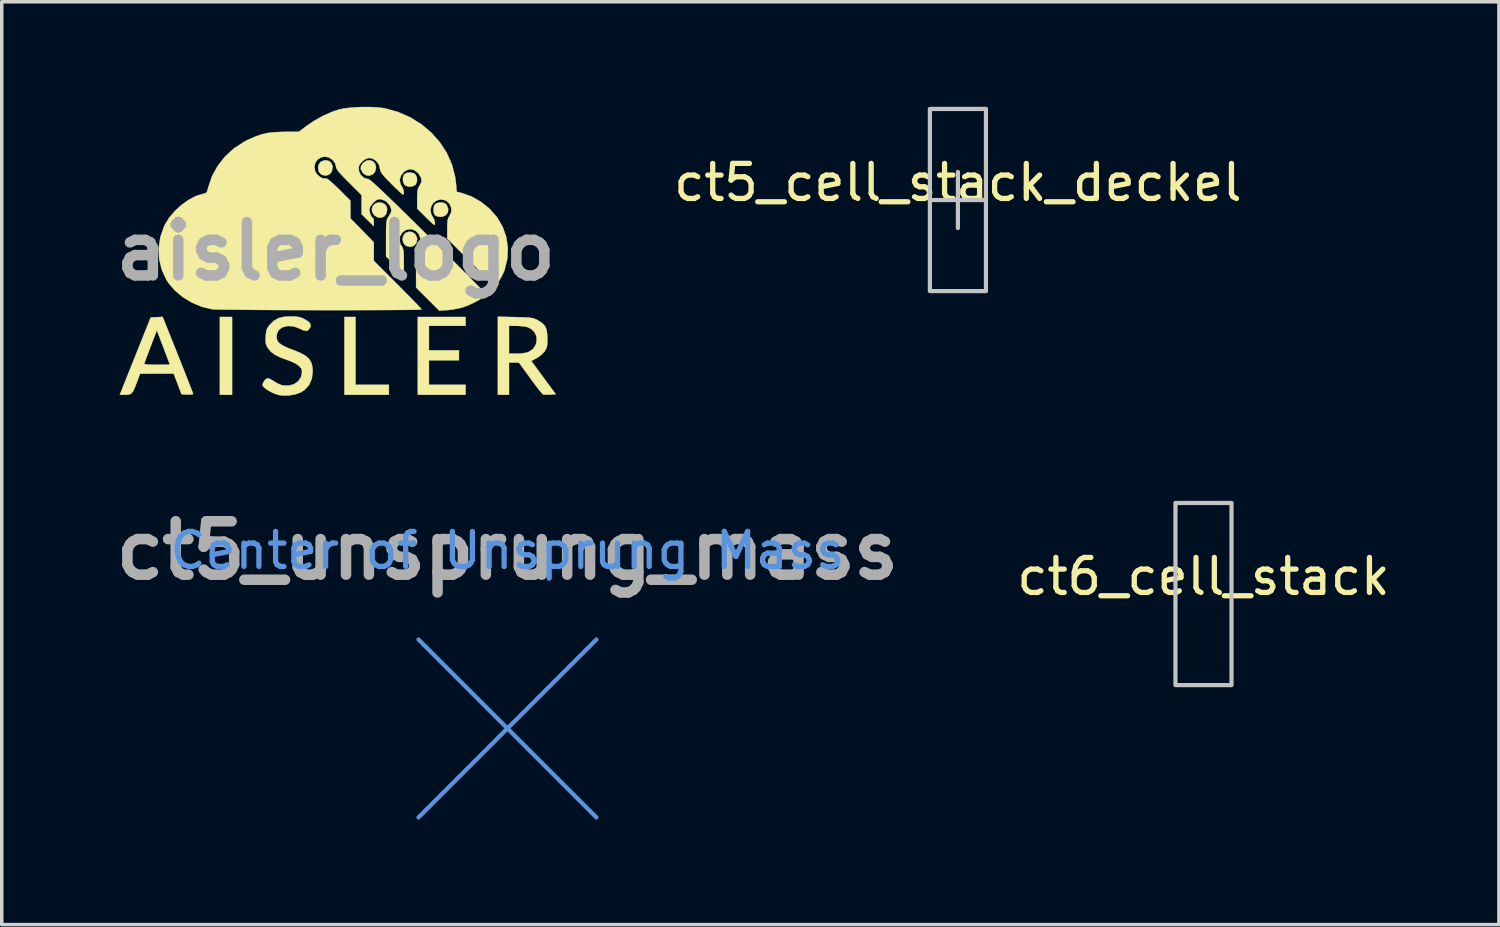
<source format=kicad_pcb>
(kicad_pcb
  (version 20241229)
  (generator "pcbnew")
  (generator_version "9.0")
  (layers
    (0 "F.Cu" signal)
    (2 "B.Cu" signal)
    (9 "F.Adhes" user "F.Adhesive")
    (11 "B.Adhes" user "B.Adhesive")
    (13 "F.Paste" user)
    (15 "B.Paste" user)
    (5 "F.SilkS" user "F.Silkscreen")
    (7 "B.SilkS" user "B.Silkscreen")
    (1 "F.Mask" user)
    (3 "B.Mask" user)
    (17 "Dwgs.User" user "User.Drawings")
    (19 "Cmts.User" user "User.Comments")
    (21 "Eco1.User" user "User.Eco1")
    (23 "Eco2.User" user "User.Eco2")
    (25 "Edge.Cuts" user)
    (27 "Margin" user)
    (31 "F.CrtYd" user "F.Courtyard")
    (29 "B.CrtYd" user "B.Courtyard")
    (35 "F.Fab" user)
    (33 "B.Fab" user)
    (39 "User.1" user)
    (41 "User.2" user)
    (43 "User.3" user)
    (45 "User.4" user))
  (footprint "aisler_logo"
    (layer "F.Cu")
    (at 6.539 4.124)
    (property "Reference" "aisler_logo" (at 0 0 0) (layer "F.Fab") (effects (font (size 1.524 1.524) (thickness 0.3))))
    (attr through_hole)
    (fp_poly (pts (xy -2.963 4.097) (xy -3.312 4.097) (xy -3.312 1.875) (xy -2.963 1.875) (xy -2.963 4.097)) (stroke (width 0.01) (type solid)) (fill yes) (layer "F.SilkS"))
    (fp_poly (pts (xy 0.561 3.811) (xy 1.514 3.811) (xy 1.514 4.097) (xy 0.244 4.097) (xy 0.244 1.875) (xy 0.561 1.875) (xy 0.561 3.811)) (stroke (width 0.01) (type solid)) (fill yes) (layer "F.SilkS"))
    (fp_poly (pts (xy 3.704 2.128) (xy 2.657 2.128) (xy 2.657 2.827) (xy 3.514 2.827) (xy 3.514 3.113) (xy 2.657 3.113) (xy 2.657 3.811) (xy 3.704 3.811) (xy 3.704 4.097) (xy 2.339 4.097) (xy 2.339 1.875) (xy 3.704 1.875) (xy 3.704 2.128)) (stroke (width 0.01) (type solid)) (fill yes) (layer "F.SilkS"))
    (fp_poly (pts (xy -0.225 -2.589) (xy -0.144 -2.536) (xy -0.097 -2.445) (xy -0.091 -2.394) (xy -0.117 -2.277) (xy -0.182 -2.197) (xy -0.275 -2.161) (xy -0.382 -2.178) (xy -0.434 -2.207) (xy -0.49 -2.28) (xy -0.508 -2.38) (xy -0.489 -2.479) (xy -0.434 -2.552) (xy -0.327 -2.597) (xy -0.225 -2.589)) (stroke (width 0.01) (type solid)) (fill yes) (layer "F.SilkS"))
    (fp_poly (pts (xy 1.321 -1.383) (xy 1.394 -1.346) (xy 1.45 -1.276) (xy 1.464 -1.187) (xy 1.44 -1.071) (xy 1.375 -0.991) (xy 1.285 -0.956) (xy 1.185 -0.97) (xy 1.098 -1.029) (xy 1.036 -1.124) (xy 1.027 -1.218) (xy 1.061 -1.302) (xy 1.128 -1.365) (xy 1.218 -1.395) (xy 1.321 -1.383)) (stroke (width 0.01) (type solid)) (fill yes) (layer "F.SilkS"))
    (fp_poly (pts (xy 1.068 -2.563) (xy 1.128 -2.483) (xy 1.147 -2.385) (xy 1.122 -2.276) (xy 1.057 -2.199) (xy 0.968 -2.161) (xy 0.872 -2.167) (xy 0.783 -2.223) (xy 0.768 -2.241) (xy 0.712 -2.342) (xy 0.716 -2.433) (xy 0.78 -2.524) (xy 0.78 -2.524) (xy 0.879 -2.589) (xy 0.98 -2.6) (xy 1.068 -2.563)) (stroke (width 0.01) (type solid)) (fill yes) (layer "F.SilkS"))
    (fp_poly (pts (xy 2.192 -0.544) (xy 2.271 -0.482) (xy 2.317 -0.383) (xy 2.321 -0.331) (xy 2.294 -0.225) (xy 2.219 -0.152) (xy 2.115 -0.125) (xy 2.039 -0.143) (xy 1.979 -0.175) (xy 1.922 -0.249) (xy 1.904 -0.349) (xy 1.925 -0.448) (xy 1.985 -0.523) (xy 1.988 -0.525) (xy 2.092 -0.561) (xy 2.192 -0.544)) (stroke (width 0.01) (type solid)) (fill yes) (layer "F.SilkS"))
    (fp_poly (pts (xy 2.234 -2.222) (xy 2.269 -2.194) (xy 2.312 -2.107) (xy 2.317 -2.004) (xy 2.283 -1.914) (xy 2.263 -1.892) (xy 2.176 -1.849) (xy 2.073 -1.845) (xy 1.983 -1.879) (xy 1.961 -1.898) (xy 1.919 -1.982) (xy 1.912 -2.085) (xy 1.939 -2.177) (xy 1.959 -2.203) (xy 2.038 -2.243) (xy 2.14 -2.249) (xy 2.234 -2.222)) (stroke (width 0.01) (type solid)) (fill yes) (layer "F.SilkS"))
    (fp_poly (pts (xy 3.09 -1.381) (xy 3.154 -1.334) (xy 3.161 -1.325) (xy 3.207 -1.215) (xy 3.198 -1.113) (xy 3.142 -1.033) (xy 3.044 -0.988) (xy 2.99 -0.983) (xy 2.891 -0.997) (xy 2.827 -1.033) (xy 2.797 -1.1) (xy 2.785 -1.189) (xy 2.785 -1.189) (xy 2.804 -1.303) (xy 2.865 -1.37) (xy 2.972 -1.395) (xy 2.99 -1.395) (xy 3.09 -1.381)) (stroke (width 0.01) (type solid)) (fill yes) (layer "F.SilkS"))
    (fp_poly (pts (xy 5.125 1.879) (xy 5.317 1.885) (xy 5.458 1.891) (xy 5.559 1.9) (xy 5.634 1.913) (xy 5.693 1.933) (xy 5.75 1.961) (xy 5.765 1.97) (xy 5.889 2.05) (xy 5.97 2.135) (xy 6.016 2.24) (xy 6.035 2.381) (xy 6.038 2.49) (xy 6.036 2.625) (xy 6.027 2.715) (xy 6.006 2.781) (xy 5.969 2.843) (xy 5.949 2.87) (xy 5.863 2.958) (xy 5.755 3.038) (xy 5.718 3.058) (xy 5.577 3.13) (xy 5.928 3.606) (xy 6.278 4.081) (xy 6.114 4.091) (xy 6.013 4.094) (xy 5.937 4.091) (xy 5.913 4.086) (xy 5.884 4.057) (xy 5.823 3.985) (xy 5.74 3.878) (xy 5.64 3.746) (xy 5.551 3.624) (xy 5.225 3.176) (xy 4.943 3.176) (xy 4.943 4.097) (xy 4.625 4.097) (xy 4.625 2.922) (xy 4.943 2.922) (xy 5.166 2.922) (xy 5.296 2.916) (xy 5.417 2.899) (xy 5.494 2.878) (xy 5.62 2.797) (xy 5.7 2.687) (xy 5.735 2.561) (xy 5.726 2.431) (xy 5.673 2.312) (xy 5.576 2.216) (xy 5.457 2.161) (xy 5.359 2.143) (xy 5.232 2.132) (xy 5.141 2.129) (xy 4.943 2.128) (xy 4.943 2.922) (xy 4.625 2.922) (xy 4.625 1.868) (xy 5.125 1.879)) (stroke (width 0.01) (type solid)) (fill yes) (layer "F.SilkS"))
    (fp_poly (pts (xy -4.51 2.961) (xy -4.411 3.209) (xy -4.32 3.438) (xy -4.239 3.643) (xy -4.172 3.815) (xy -4.12 3.949) (xy -4.087 4.038) (xy -4.074 4.075) (xy -4.074 4.075) (xy -4.103 4.088) (xy -4.176 4.092) (xy -4.241 4.091) (xy -4.407 4.081) (xy -4.518 3.788) (xy -4.63 3.495) (xy -5.591 3.494) (xy -5.676 3.724) (xy -5.735 3.879) (xy -5.784 3.985) (xy -5.83 4.049) (xy -5.882 4.083) (xy -5.95 4.095) (xy -6.011 4.097) (xy -6.169 4.097) (xy -6.115 3.962) (xy -6.091 3.9) (xy -6.046 3.787) (xy -5.984 3.632) (xy -5.908 3.442) (xy -5.822 3.227) (xy -5.817 3.216) (xy -5.471 3.216) (xy -5.442 3.226) (xy -5.361 3.233) (xy -5.242 3.238) (xy -5.106 3.24) (xy -4.962 3.239) (xy -4.845 3.237) (xy -4.767 3.235) (xy -4.741 3.232) (xy -4.752 3.201) (xy -4.782 3.121) (xy -4.827 3.002) (xy -4.883 2.853) (xy -4.926 2.74) (xy -5.111 2.257) (xy -5.291 2.725) (xy -5.352 2.886) (xy -5.405 3.026) (xy -5.445 3.135) (xy -5.467 3.201) (xy -5.471 3.216) (xy -5.817 3.216) (xy -5.728 2.993) (xy -5.675 2.859) (xy -5.287 1.89) (xy -5.116 1.881) (xy -4.945 1.872) (xy -4.51 2.961)) (stroke (width 0.01) (type solid)) (fill yes) (layer "F.SilkS"))
    (fp_poly (pts (xy -1.143 1.865) (xy -1.031 1.882) (xy -0.938 1.916) (xy -0.913 1.929) (xy -0.797 1.998) (xy -0.734 2.059) (xy -0.719 2.122) (xy -0.736 2.178) (xy -0.784 2.25) (xy -0.848 2.275) (xy -0.939 2.253) (xy -1.024 2.212) (xy -1.198 2.145) (xy -1.369 2.131) (xy -1.523 2.17) (xy -1.535 2.176) (xy -1.633 2.251) (xy -1.683 2.354) (xy -1.693 2.458) (xy -1.676 2.543) (xy -1.622 2.618) (xy -1.523 2.688) (xy -1.373 2.759) (xy -1.24 2.809) (xy -1.028 2.894) (xy -0.872 2.979) (xy -0.764 3.074) (xy -0.698 3.185) (xy -0.667 3.319) (xy -0.661 3.427) (xy -0.687 3.641) (xy -0.765 3.818) (xy -0.893 3.958) (xy -1.001 4.027) (xy -1.148 4.081) (xy -1.325 4.113) (xy -1.503 4.12) (xy -1.645 4.101) (xy -1.77 4.056) (xy -1.899 3.992) (xy -2.008 3.921) (xy -2.053 3.88) (xy -2.09 3.833) (xy -2.093 3.793) (xy -2.062 3.731) (xy -2.054 3.718) (xy -2.004 3.651) (xy -1.949 3.627) (xy -1.875 3.647) (xy -1.77 3.71) (xy -1.761 3.716) (xy -1.658 3.775) (xy -1.555 3.819) (xy -1.515 3.83) (xy -1.346 3.836) (xy -1.196 3.795) (xy -1.076 3.711) (xy -0.997 3.593) (xy -0.973 3.503) (xy -0.967 3.41) (xy -0.989 3.345) (xy -1.046 3.278) (xy -1.141 3.21) (xy -1.285 3.141) (xy -1.398 3.1) (xy -1.596 3.026) (xy -1.744 2.951) (xy -1.855 2.866) (xy -1.94 2.764) (xy -1.941 2.763) (xy -1.983 2.691) (xy -2.003 2.619) (xy -2.008 2.522) (xy -2.004 2.44) (xy -1.993 2.313) (xy -1.97 2.224) (xy -1.927 2.148) (xy -1.897 2.109) (xy -1.777 1.988) (xy -1.643 1.91) (xy -1.48 1.87) (xy -1.296 1.859) (xy -1.143 1.865)) (stroke (width 0.01) (type solid)) (fill yes) (layer "F.SilkS"))
    (fp_poly (pts (xy 1.181 -4.109) (xy 1.374 -4.085) (xy 1.404 -4.08) (xy 1.781 -3.974) (xy 2.132 -3.819) (xy 2.451 -3.619) (xy 2.734 -3.379) (xy 2.975 -3.104) (xy 3.171 -2.8) (xy 3.316 -2.47) (xy 3.406 -2.12) (xy 3.429 -1.938) (xy 3.449 -1.701) (xy 3.604 -1.661) (xy 3.874 -1.564) (xy 4.139 -1.413) (xy 4.384 -1.218) (xy 4.389 -1.213) (xy 4.603 -0.969) (xy 4.762 -0.698) (xy 4.865 -0.406) (xy 4.909 -0.099) (xy 4.894 0.215) (xy 4.818 0.53) (xy 4.814 0.542) (xy 4.775 0.633) (xy 4.722 0.737) (xy 4.663 0.839) (xy 4.607 0.924) (xy 4.564 0.977) (xy 4.548 0.986) (xy 4.522 0.964) (xy 4.456 0.903) (xy 4.356 0.808) (xy 4.23 0.684) (xy 4.081 0.537) (xy 3.915 0.373) (xy 3.853 0.311) (xy 3.179 -0.364) (xy 3.179 -0.644) (xy 3.181 -0.789) (xy 3.191 -0.886) (xy 3.21 -0.953) (xy 3.242 -1.005) (xy 3.242 -1.006) (xy 3.295 -1.118) (xy 3.294 -1.24) (xy 3.247 -1.352) (xy 3.156 -1.438) (xy 3.117 -1.458) (xy 2.992 -1.481) (xy 2.879 -1.453) (xy 2.787 -1.385) (xy 2.725 -1.288) (xy 2.7 -1.175) (xy 2.723 -1.056) (xy 2.766 -0.983) (xy 2.812 -0.894) (xy 2.829 -0.809) (xy 2.827 -0.77) (xy 2.816 -0.754) (xy 2.788 -0.766) (xy 2.736 -0.81) (xy 2.651 -0.892) (xy 2.575 -0.967) (xy 2.321 -1.219) (xy 2.321 -1.501) (xy 2.324 -1.645) (xy 2.333 -1.743) (xy 2.352 -1.81) (xy 2.384 -1.861) (xy 2.385 -1.863) (xy 2.443 -1.977) (xy 2.437 -2.094) (xy 2.368 -2.21) (xy 2.341 -2.24) (xy 2.226 -2.325) (xy 2.112 -2.346) (xy 1.997 -2.305) (xy 1.944 -2.266) (xy 1.855 -2.159) (xy 1.821 -2.039) (xy 1.844 -1.92) (xy 1.873 -1.87) (xy 1.913 -1.797) (xy 1.937 -1.716) (xy 1.941 -1.65) (xy 1.921 -1.618) (xy 1.916 -1.617) (xy 1.886 -1.639) (xy 1.82 -1.697) (xy 1.728 -1.785) (xy 1.617 -1.893) (xy 1.579 -1.932) (xy 1.452 -2.061) (xy 1.364 -2.156) (xy 1.308 -2.227) (xy 1.276 -2.284) (xy 1.262 -2.335) (xy 1.258 -2.366) (xy 1.224 -2.482) (xy 1.147 -2.581) (xy 1.044 -2.648) (xy 0.958 -2.665) (xy 0.855 -2.638) (xy 0.754 -2.568) (xy 0.679 -2.475) (xy 0.655 -2.413) (xy 0.657 -2.292) (xy 0.708 -2.183) (xy 0.795 -2.101) (xy 0.905 -2.063) (xy 0.926 -2.062) (xy 0.957 -2.045) (xy 1.021 -1.995) (xy 1.119 -1.909) (xy 1.252 -1.786) (xy 1.421 -1.626) (xy 1.629 -1.426) (xy 1.877 -1.185) (xy 2.165 -0.902) (xy 2.496 -0.575) (xy 2.635 -0.438) (xy 2.903 -0.172) (xy 3.157 0.081) (xy 3.395 0.319) (xy 3.612 0.536) (xy 3.805 0.731) (xy 3.971 0.898) (xy 4.105 1.035) (xy 4.204 1.138) (xy 4.265 1.203) (xy 4.284 1.226) (xy 4.263 1.263) (xy 4.196 1.318) (xy 4.094 1.383) (xy 3.97 1.452) (xy 3.837 1.517) (xy 3.705 1.572) (xy 3.655 1.59) (xy 3.514 1.628) (xy 3.346 1.66) (xy 3.2 1.677) (xy 2.951 1.694) (xy 2.62 1.364) (xy 2.29 1.035) (xy 2.29 0.484) (xy 2.29 0.282) (xy 2.293 0.133) (xy 2.298 0.028) (xy 2.307 -0.045) (xy 2.321 -0.094) (xy 2.341 -0.131) (xy 2.353 -0.148) (xy 2.408 -0.262) (xy 2.41 -0.382) (xy 2.366 -0.493) (xy 2.284 -0.58) (xy 2.171 -0.628) (xy 2.115 -0.633) (xy 1.991 -0.606) (xy 1.895 -0.534) (xy 1.834 -0.431) (xy 1.816 -0.314) (xy 1.847 -0.195) (xy 1.877 -0.148) (xy 1.905 -0.105) (xy 1.924 -0.05) (xy 1.935 0.029) (xy 1.939 0.146) (xy 1.94 0.292) (xy 1.94 0.651) (xy 1.686 0.399) (xy 1.432 0.146) (xy 1.433 -0.369) (xy 1.433 -0.562) (xy 1.435 -0.702) (xy 1.441 -0.802) (xy 1.451 -0.872) (xy 1.467 -0.924) (xy 1.49 -0.968) (xy 1.512 -1.001) (xy 1.571 -1.103) (xy 1.586 -1.183) (xy 1.559 -1.268) (xy 1.528 -1.325) (xy 1.429 -1.431) (xy 1.299 -1.485) (xy 1.237 -1.49) (xy 1.165 -1.465) (xy 1.084 -1.401) (xy 1.011 -1.318) (xy 0.964 -1.234) (xy 0.956 -1.194) (xy 0.968 -1.111) (xy 0.996 -1.028) (xy 1.031 -0.968) (xy 1.057 -0.951) (xy 1.074 -0.923) (xy 1.083 -0.853) (xy 1.083 -0.833) (xy 1.083 -0.715) (xy 0.909 -0.887) (xy 0.734 -1.06) (xy 0.734 -1.603) (xy 0.369 -1.967) (xy 0.226 -2.111) (xy 0.125 -2.219) (xy 0.058 -2.3) (xy 0.02 -2.359) (xy 0.005 -2.406) (xy 0.004 -2.421) (xy -0.025 -2.521) (xy -0.089 -2.604) (xy -0.201 -2.68) (xy -0.318 -2.703) (xy -0.43 -2.679) (xy -0.523 -2.617) (xy -0.589 -2.524) (xy -0.614 -2.408) (xy -0.589 -2.275) (xy -0.586 -2.27) (xy -0.533 -2.191) (xy -0.454 -2.124) (xy -0.368 -2.081) (xy -0.295 -2.074) (xy -0.277 -2.081) (xy -0.244 -2.067) (xy -0.175 -2.015) (xy -0.08 -1.932) (xy 0.033 -1.825) (xy 0.087 -1.773) (xy 0.416 -1.444) (xy 0.416 -0.94) (xy 0.75 -0.599) (xy 1.083 -0.257) (xy 1.083 0.272) (xy 1.766 0.954) (xy 1.936 1.125) (xy 2.091 1.282) (xy 2.225 1.419) (xy 2.332 1.53) (xy 2.407 1.611) (xy 2.445 1.655) (xy 2.449 1.66) (xy 2.418 1.664) (xy 2.329 1.668) (xy 2.187 1.671) (xy 1.997 1.673) (xy 1.766 1.675) (xy 1.498 1.677) (xy 1.198 1.678) (xy 0.872 1.679) (xy 0.525 1.68) (xy 0.163 1.68) (xy -0.209 1.68) (xy -0.587 1.68) (xy -0.963 1.679) (xy -1.334 1.678) (xy -1.693 1.677) (xy -2.036 1.675) (xy -2.358 1.673) (xy -2.651 1.67) (xy -2.913 1.668) (xy -3.136 1.665) (xy -3.316 1.662) (xy -3.448 1.658) (xy -3.526 1.654) (xy -3.539 1.653) (xy -3.827 1.584) (xy -4.108 1.467) (xy -4.368 1.309) (xy -4.596 1.119) (xy -4.78 0.905) (xy -4.835 0.82) (xy -4.97 0.528) (xy -5.045 0.223) (xy -5.059 -0.089) (xy -5.012 -0.403) (xy -4.903 -0.713) (xy -4.881 -0.76) (xy -4.76 -0.958) (xy -4.598 -1.148) (xy -4.409 -1.322) (xy -4.205 -1.468) (xy -3.998 -1.577) (xy -3.802 -1.638) (xy -3.791 -1.639) (xy -3.727 -1.655) (xy -3.688 -1.687) (xy -3.662 -1.754) (xy -3.645 -1.82) (xy -3.538 -2.139) (xy -3.374 -2.438) (xy -3.161 -2.708) (xy -2.904 -2.942) (xy -2.609 -3.133) (xy -2.52 -3.178) (xy -2.315 -3.269) (xy -2.134 -3.334) (xy -1.956 -3.376) (xy -1.762 -3.399) (xy -1.53 -3.409) (xy -1.47 -3.41) (xy -1.056 -3.414) (xy -0.835 -3.58) (xy -0.623 -3.724) (xy -0.383 -3.858) (xy -0.139 -3.97) (xy 0.083 -4.047) (xy 0.255 -4.081) (xy 0.471 -4.105) (xy 0.71 -4.118) (xy 0.953 -4.119) (xy 1.181 -4.109)) (stroke (width 0.01) (type solid)) (fill yes) (layer "F.SilkS")))
  (footprint "ct6_cell_stack"
    (layer "F.Cu")
    (at 31.309 13.909)
    (property "Reference" "ct6_cell_stack" (at 0 -0.5 0) (unlocked yes) (layer "F.SilkS") (effects (font (size 1 1) (thickness 0.15))))
    (attr smd)
    (fp_rect (start -0.8 -2.6) (end 0.8 2.6) (stroke (width 0.12) (type solid)) (fill no) (layer "Dwgs.User"))
    (fp_line (start 0 -0.8) (end 0 0.8) (stroke (width 0.12) (type solid)) (layer "User.2"))
    (fp_line (start -0.8 0) (end 0.8 0) (stroke (width 0.12) (type solid)) (layer "User.6")))
  (footprint "ct5_unsprung_mass"
    (layer "F.Cu")
    (at 11.437 17.747)
    (property "Reference" "ct5_unsprung_mass" (at 0 -5.08 0) (layer "F.Fab") (effects (font (size 1.524 1.524) (thickness 0.3))))
    (attr through_hole)
    (fp_line (start -2.54 -2.54) (end 2.54 2.54) (stroke (width 0.12) (type solid)) (layer "Cmts.User"))
    (fp_line (start -2.54 2.54) (end 2.54 -2.54) (stroke (width 0.12) (type solid)) (layer "Cmts.User"))
    (fp_text user "Center of Unsprung Mass" (at 0 -5.08 0) (unlocked yes) (layer "Cmts.User") (effects (font (size 1 1) (thickness 0.15)))))
  (footprint "ct5_cell_stack_deckel"
    (layer "F.Cu")
    (at 24.298 2.66)
    (property "Reference" "ct5_cell_stack_deckel" (at 0 -0.5 0) (unlocked yes) (layer "F.SilkS") (effects (font (size 1 1) (thickness 0.15))))
    (attr smd)
    (fp_line (start -0.8 0) (end 0.8 0) (stroke (width 0.12) (type solid)) (layer "Dwgs.User"))
    (fp_line (start 0 -0.8) (end 0 0.8) (stroke (width 0.12) (type solid)) (layer "Dwgs.User"))
    (fp_rect (start -0.8 -2.6) (end 0.8 2.6) (stroke (width 0.12) (type solid)) (fill no) (layer "Dwgs.User")))
  (gr_rect
    (start -3 -3)
    (end 39.744 23.347)
    (stroke (width 0.1) (type default))
    (fill no)
    (layer "Edge.Cuts")))
</source>
